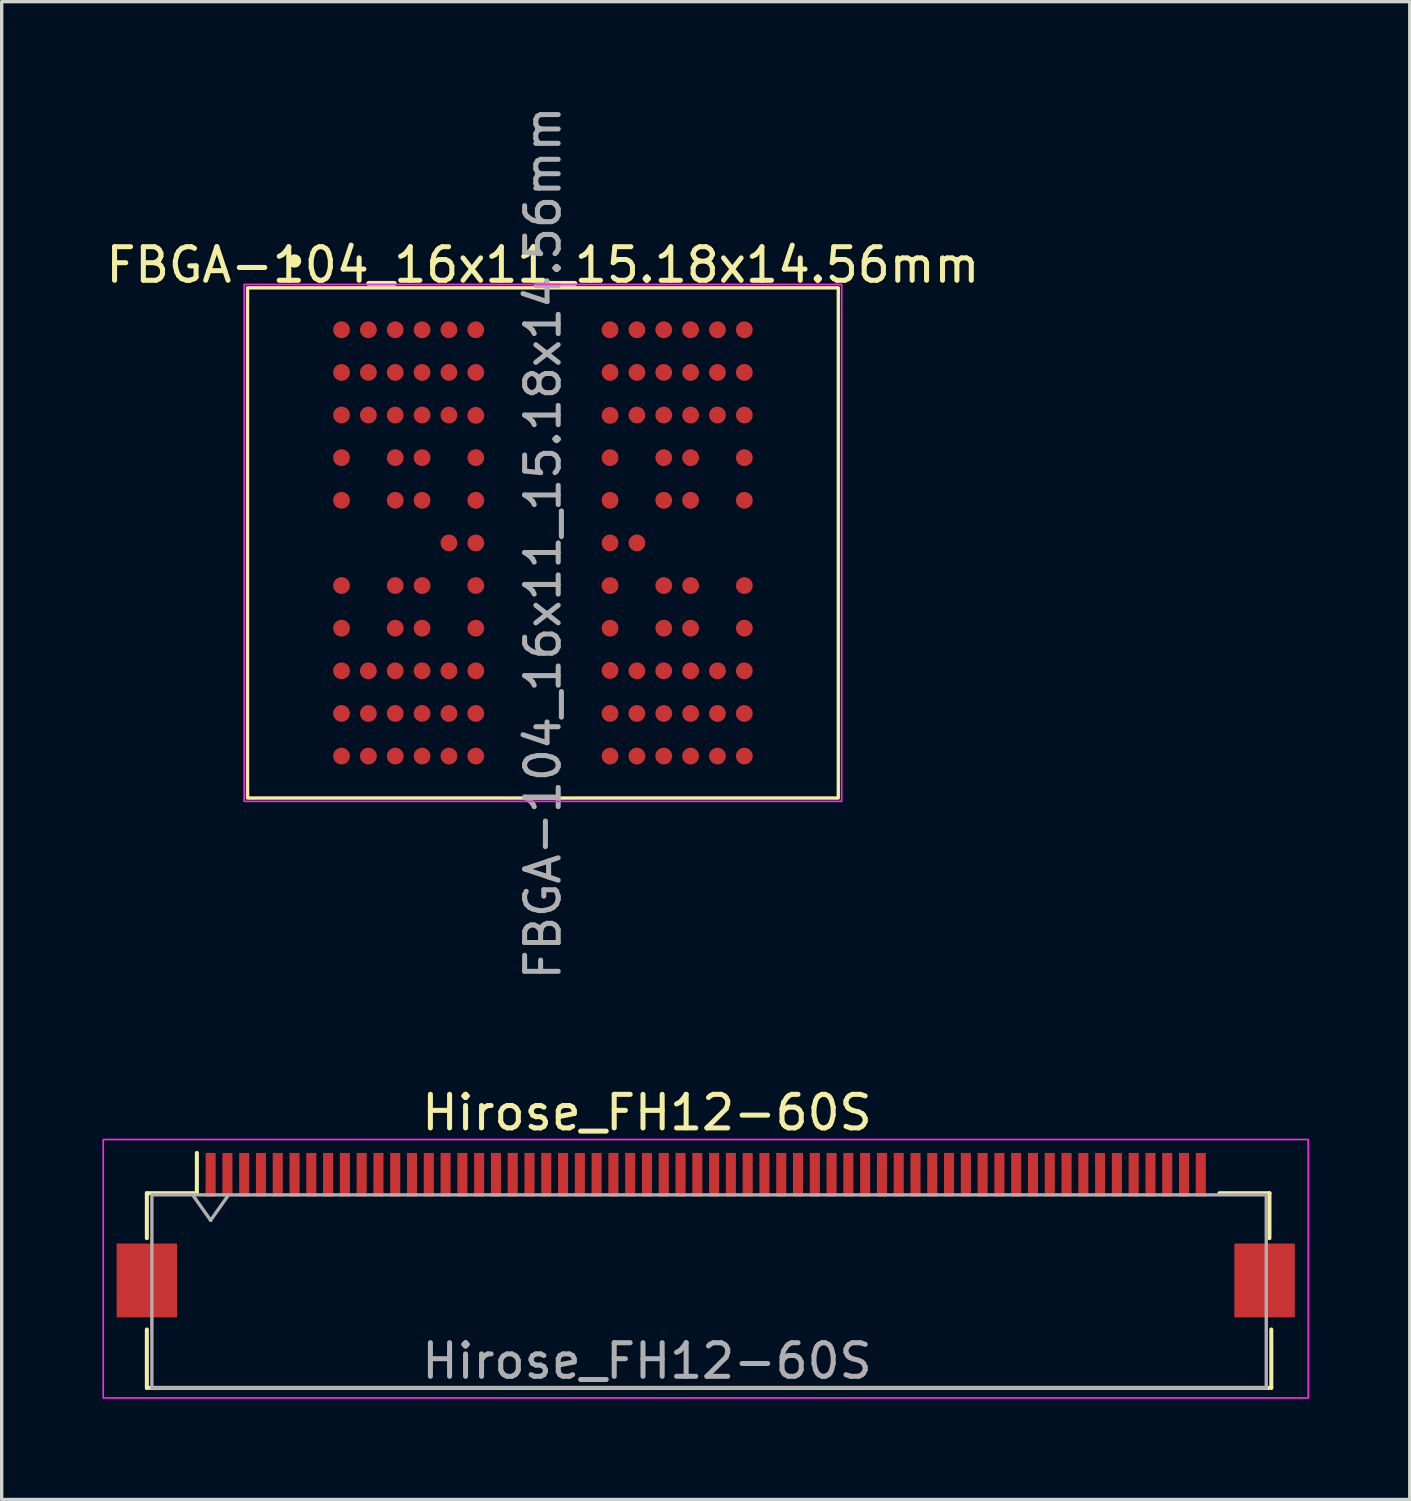
<source format=kicad_pcb>
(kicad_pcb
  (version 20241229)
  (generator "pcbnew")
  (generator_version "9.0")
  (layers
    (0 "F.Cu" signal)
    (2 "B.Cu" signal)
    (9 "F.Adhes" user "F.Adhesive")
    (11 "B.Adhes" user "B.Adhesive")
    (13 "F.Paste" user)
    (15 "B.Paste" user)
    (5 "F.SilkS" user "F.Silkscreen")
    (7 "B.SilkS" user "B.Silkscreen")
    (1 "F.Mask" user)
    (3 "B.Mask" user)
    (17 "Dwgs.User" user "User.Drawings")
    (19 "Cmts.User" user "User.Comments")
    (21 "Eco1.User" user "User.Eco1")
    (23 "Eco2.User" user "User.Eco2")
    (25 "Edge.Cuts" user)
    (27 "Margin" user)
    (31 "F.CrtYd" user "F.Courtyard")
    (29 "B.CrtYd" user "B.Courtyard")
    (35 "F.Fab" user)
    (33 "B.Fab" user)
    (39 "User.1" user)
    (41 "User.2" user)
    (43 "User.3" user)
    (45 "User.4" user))
  (footprint "Hirose_FH12-60S"
    (layer "F.Cu")
    (at 16.225 33.798)
    (property "Reference" "Hirose_FH12-60S" (at 0 -3.7 0) (layer "F.SilkS") (effects (font (size 1 1) (thickness 0.15))))
    (attr smd)
    (fp_line (start -14.9 -1.3) (end -14.9 0.04) (stroke (width 0.12) (type solid)) (layer "F.SilkS"))
    (fp_line (start -14.9 2.76) (end -14.9 4.5) (stroke (width 0.12) (type solid)) (layer "F.SilkS"))
    (fp_line (start -14.9 4.5) (end 18.6 4.5) (stroke (width 0.12) (type solid)) (layer "F.SilkS"))
    (fp_line (start -13.41 -1.3) (end -14.9 -1.3) (stroke (width 0.12) (type solid)) (layer "F.SilkS"))
    (fp_line (start -13.41 -1.3) (end -13.41 -2.5) (stroke (width 0.12) (type solid)) (layer "F.SilkS"))
    (fp_line (start 17.055 -1.3) (end 18.545 -1.3) (stroke (width 0.12) (type solid)) (layer "F.SilkS"))
    (fp_line (start 18.545 -1.3) (end 18.545 0.04) (stroke (width 0.12) (type solid)) (layer "F.SilkS"))
    (fp_line (start 18.6 4.5) (end 18.6 2.76) (stroke (width 0.12) (type solid)) (layer "F.SilkS"))
    (fp_rect (start -16.2 -2.9) (end 19.7 4.8) (stroke (width 0.05) (type default)) (fill no) (layer "F.CrtYd"))
    (fp_line (start -13.5 -1.2) (end -13 -0.493) (stroke (width 0.1) (type solid)) (layer "F.Fab"))
    (fp_line (start -13 -0.493) (end -12.5 -1.2) (stroke (width 0.1) (type solid)) (layer "F.Fab"))
    (fp_rect (start -14.75 -1.25) (end 18.45 4.5) (stroke (width 0.1) (type default)) (fill no) (layer "F.Fab"))
    (fp_text user "${REFERENCE}" (at 0 3.7 0) (layer "F.Fab") (effects (font (size 1 1) (thickness 0.15))))
    (pad "1" smd rect (at -13 -1.85) (size 0.3 1.3) (layers "F.Cu" "F.Mask" "F.Paste"))
    (pad "2" smd rect (at -12.5 -1.85) (size 0.3 1.3) (layers "F.Cu" "F.Mask" "F.Paste"))
    (pad "3" smd rect (at -12 -1.85) (size 0.3 1.3) (layers "F.Cu" "F.Mask" "F.Paste"))
    (pad "4" smd rect (at -11.5 -1.85) (size 0.3 1.3) (layers "F.Cu" "F.Mask" "F.Paste"))
    (pad "5" smd rect (at -11 -1.85) (size 0.3 1.3) (layers "F.Cu" "F.Mask" "F.Paste"))
    (pad "6" smd rect (at -10.5 -1.85) (size 0.3 1.3) (layers "F.Cu" "F.Mask" "F.Paste"))
    (pad "7" smd rect (at -10 -1.85) (size 0.3 1.3) (layers "F.Cu" "F.Mask" "F.Paste"))
    (pad "8" smd rect (at -9.5 -1.85) (size 0.3 1.3) (layers "F.Cu" "F.Mask" "F.Paste"))
    (pad "9" smd rect (at -9 -1.85) (size 0.3 1.3) (layers "F.Cu" "F.Mask" "F.Paste"))
    (pad "10" smd rect (at -8.5 -1.85) (size 0.3 1.3) (layers "F.Cu" "F.Mask" "F.Paste"))
    (pad "11" smd rect (at -8 -1.85) (size 0.3 1.3) (layers "F.Cu" "F.Mask" "F.Paste"))
    (pad "12" smd rect (at -7.5 -1.85) (size 0.3 1.3) (layers "F.Cu" "F.Mask" "F.Paste"))
    (pad "13" smd rect (at -7 -1.85) (size 0.3 1.3) (layers "F.Cu" "F.Mask" "F.Paste"))
    (pad "14" smd rect (at -6.5 -1.85) (size 0.3 1.3) (layers "F.Cu" "F.Mask" "F.Paste"))
    (pad "15" smd rect (at -6 -1.85) (size 0.3 1.3) (layers "F.Cu" "F.Mask" "F.Paste"))
    (pad "16" smd rect (at -5.5 -1.85) (size 0.3 1.3) (layers "F.Cu" "F.Mask" "F.Paste"))
    (pad "17" smd rect (at -5 -1.85) (size 0.3 1.3) (layers "F.Cu" "F.Mask" "F.Paste"))
    (pad "18" smd rect (at -4.5 -1.85) (size 0.3 1.3) (layers "F.Cu" "F.Mask" "F.Paste"))
    (pad "19" smd rect (at -4 -1.85) (size 0.3 1.3) (layers "F.Cu" "F.Mask" "F.Paste"))
    (pad "20" smd rect (at -3.5 -1.85) (size 0.3 1.3) (layers "F.Cu" "F.Mask" "F.Paste"))
    (pad "21" smd rect (at -3 -1.85) (size 0.3 1.3) (layers "F.Cu" "F.Mask" "F.Paste"))
    (pad "22" smd rect (at -2.5 -1.85) (size 0.3 1.3) (layers "F.Cu" "F.Mask" "F.Paste"))
    (pad "23" smd rect (at -2 -1.85) (size 0.3 1.3) (layers "F.Cu" "F.Mask" "F.Paste"))
    (pad "24" smd rect (at -1.5 -1.85) (size 0.3 1.3) (layers "F.Cu" "F.Mask" "F.Paste"))
    (pad "25" smd rect (at -1 -1.85) (size 0.3 1.3) (layers "F.Cu" "F.Mask" "F.Paste"))
    (pad "26" smd rect (at -0.5 -1.85) (size 0.3 1.3) (layers "F.Cu" "F.Mask" "F.Paste"))
    (pad "27" smd rect (at 0 -1.85) (size 0.3 1.3) (layers "F.Cu" "F.Mask" "F.Paste"))
    (pad "28" smd rect (at 0.5 -1.85) (size 0.3 1.3) (layers "F.Cu" "F.Mask" "F.Paste"))
    (pad "29" smd rect (at 1 -1.85) (size 0.3 1.3) (layers "F.Cu" "F.Mask" "F.Paste"))
    (pad "30" smd rect (at 1.5 -1.85) (size 0.3 1.3) (layers "F.Cu" "F.Mask" "F.Paste"))
    (pad "31" smd rect (at 2 -1.85) (size 0.3 1.3) (layers "F.Cu" "F.Mask" "F.Paste"))
    (pad "32" smd rect (at 2.5 -1.85) (size 0.3 1.3) (layers "F.Cu" "F.Mask" "F.Paste"))
    (pad "33" smd rect (at 3 -1.85) (size 0.3 1.3) (layers "F.Cu" "F.Mask" "F.Paste"))
    (pad "34" smd rect (at 3.5 -1.85) (size 0.3 1.3) (layers "F.Cu" "F.Mask" "F.Paste"))
    (pad "35" smd rect (at 4 -1.85) (size 0.3 1.3) (layers "F.Cu" "F.Mask" "F.Paste"))
    (pad "36" smd rect (at 4.5 -1.85) (size 0.3 1.3) (layers "F.Cu" "F.Mask" "F.Paste"))
    (pad "37" smd rect (at 5 -1.85) (size 0.3 1.3) (layers "F.Cu" "F.Mask" "F.Paste"))
    (pad "38" smd rect (at 5.5 -1.85) (size 0.3 1.3) (layers "F.Cu" "F.Mask" "F.Paste"))
    (pad "39" smd rect (at 6 -1.85) (size 0.3 1.3) (layers "F.Cu" "F.Mask" "F.Paste"))
    (pad "40" smd rect (at 6.5 -1.85) (size 0.3 1.3) (layers "F.Cu" "F.Mask" "F.Paste"))
    (pad "41" smd rect (at 7 -1.85) (size 0.3 1.3) (layers "F.Cu" "F.Mask" "F.Paste"))
    (pad "42" smd rect (at 7.5 -1.85) (size 0.3 1.3) (layers "F.Cu" "F.Mask" "F.Paste"))
    (pad "43" smd rect (at 8 -1.85) (size 0.3 1.3) (layers "F.Cu" "F.Mask" "F.Paste"))
    (pad "44" smd rect (at 8.5 -1.85) (size 0.3 1.3) (layers "F.Cu" "F.Mask" "F.Paste"))
    (pad "45" smd rect (at 9 -1.85) (size 0.3 1.3) (layers "F.Cu" "F.Mask" "F.Paste"))
    (pad "46" smd rect (at 9.5 -1.85) (size 0.3 1.3) (layers "F.Cu" "F.Mask" "F.Paste"))
    (pad "47" smd rect (at 10 -1.85) (size 0.3 1.3) (layers "F.Cu" "F.Mask" "F.Paste"))
    (pad "48" smd rect (at 10.5 -1.85) (size 0.3 1.3) (layers "F.Cu" "F.Mask" "F.Paste"))
    (pad "49" smd rect (at 11 -1.85) (size 0.3 1.3) (layers "F.Cu" "F.Mask" "F.Paste"))
    (pad "50" smd rect (at 11.5 -1.85) (size 0.3 1.3) (layers "F.Cu" "F.Mask" "F.Paste"))
    (pad "51" smd rect (at 12 -1.85) (size 0.3 1.3) (layers "F.Cu" "F.Mask" "F.Paste"))
    (pad "52" smd rect (at 12.5 -1.85) (size 0.3 1.3) (layers "F.Cu" "F.Mask" "F.Paste"))
    (pad "53" smd rect (at 13 -1.85) (size 0.3 1.3) (layers "F.Cu" "F.Mask" "F.Paste"))
    (pad "54" smd rect (at 13.5 -1.85) (size 0.3 1.3) (layers "F.Cu" "F.Mask" "F.Paste"))
    (pad "55" smd rect (at 14 -1.85) (size 0.3 1.3) (layers "F.Cu" "F.Mask" "F.Paste"))
    (pad "56" smd rect (at 14.5 -1.85) (size 0.3 1.3) (layers "F.Cu" "F.Mask" "F.Paste"))
    (pad "57" smd rect (at 15 -1.85) (size 0.3 1.3) (layers "F.Cu" "F.Mask" "F.Paste"))
    (pad "58" smd rect (at 15.5 -1.85) (size 0.3 1.3) (layers "F.Cu" "F.Mask" "F.Paste"))
    (pad "59" smd rect (at 16 -1.85) (size 0.3 1.3) (layers "F.Cu" "F.Mask" "F.Paste"))
    (pad "60" smd rect (at 16.5 -1.85) (size 0.3 1.3) (layers "F.Cu" "F.Mask" "F.Paste"))
    (pad "MP" smd rect (at -14.9 1.3) (size 1.8 2.2) (layers "F.Cu" "F.Mask" "F.Paste"))
    (pad "MP" smd rect (at 18.4 1.3) (size 1.8 2.2) (layers "F.Cu" "F.Mask" "F.Paste")))
  (footprint "FBGA-104_16x11_15.18x14.56mm"
    (layer "F.Cu")
    (at 13.125 13.125)
    (property "Reference" "FBGA-104_16x11_15.18x14.56mm" (at 0 -8.28 0) (layer "F.SilkS") (effects (font (size 1 1) (thickness 0.15))))
    (attr smd)
    (fp_rect (start -8.8 -7.6) (end 8.8 7.6) (stroke (width 0.1) (type default)) (fill no) (layer "F.SilkS"))
    (fp_circle (center -7.4 -8.4) (end -7.4 -8.3) (stroke (width 0.2) (type default)) (fill no) (layer "F.SilkS"))
    (fp_rect (start -8.9 -7.7) (end 8.9 7.7) (stroke (width 0.05) (type default)) (fill no) (layer "F.CrtYd"))
    (fp_text user "${REFERENCE}" (at 0 0 90) (layer "F.Fab") (effects (font (size 1 1) (thickness 0.15))))
    (pad "A1" smd circle (at -6 -6.35) (size 0.5 0.5) (layers "F.Cu" "F.Mask" "F.Paste"))
    (pad "A2" smd circle (at -5.2 -6.35) (size 0.5 0.5) (layers "F.Cu" "F.Mask" "F.Paste"))
    (pad "A3" smd circle (at -4.4 -6.35) (size 0.5 0.5) (layers "F.Cu" "F.Mask" "F.Paste"))
    (pad "A4" smd circle (at -3.6 -6.35) (size 0.5 0.5) (layers "F.Cu" "F.Mask" "F.Paste"))
    (pad "A5" smd circle (at -2.8 -6.35) (size 0.5 0.5) (layers "F.Cu" "F.Mask" "F.Paste"))
    (pad "A6" smd circle (at -2 -6.35) (size 0.5 0.5) (layers "F.Cu" "F.Mask" "F.Paste"))
    (pad "A11" smd circle (at 2 -6.35) (size 0.5 0.5) (layers "F.Cu" "F.Mask" "F.Paste"))
    (pad "A12" smd circle (at 2.8 -6.35) (size 0.5 0.5) (layers "F.Cu" "F.Mask" "F.Paste"))
    (pad "A13" smd circle (at 3.6 -6.35) (size 0.5 0.5) (layers "F.Cu" "F.Mask" "F.Paste"))
    (pad "A14" smd circle (at 4.4 -6.35) (size 0.5 0.5) (layers "F.Cu" "F.Mask" "F.Paste"))
    (pad "A15" smd circle (at 5.2 -6.35) (size 0.5 0.5) (layers "F.Cu" "F.Mask" "F.Paste"))
    (pad "A16" smd circle (at 6 -6.35) (size 0.5 0.5) (layers "F.Cu" "F.Mask" "F.Paste"))
    (pad "B1" smd circle (at -6 -5.08) (size 0.5 0.5) (layers "F.Cu" "F.Mask" "F.Paste"))
    (pad "B2" smd circle (at -5.2 -5.08) (size 0.5 0.5) (layers "F.Cu" "F.Mask" "F.Paste"))
    (pad "B3" smd circle (at -4.4 -5.08) (size 0.5 0.5) (layers "F.Cu" "F.Mask" "F.Paste"))
    (pad "B4" smd circle (at -3.6 -5.08) (size 0.5 0.5) (layers "F.Cu" "F.Mask" "F.Paste"))
    (pad "B5" smd circle (at -2.8 -5.08) (size 0.5 0.5) (layers "F.Cu" "F.Mask" "F.Paste"))
    (pad "B6" smd circle (at -2 -5.08) (size 0.5 0.5) (layers "F.Cu" "F.Mask" "F.Paste"))
    (pad "B11" smd circle (at 2 -5.08) (size 0.5 0.5) (layers "F.Cu" "F.Mask" "F.Paste"))
    (pad "B12" smd circle (at 2.8 -5.08) (size 0.5 0.5) (layers "F.Cu" "F.Mask" "F.Paste"))
    (pad "B13" smd circle (at 3.6 -5.08) (size 0.5 0.5) (layers "F.Cu" "F.Mask" "F.Paste"))
    (pad "B14" smd circle (at 4.4 -5.08) (size 0.5 0.5) (layers "F.Cu" "F.Mask" "F.Paste"))
    (pad "B15" smd circle (at 5.2 -5.08) (size 0.5 0.5) (layers "F.Cu" "F.Mask" "F.Paste"))
    (pad "B16" smd circle (at 6 -5.08) (size 0.5 0.5) (layers "F.Cu" "F.Mask" "F.Paste"))
    (pad "C1" smd circle (at -6 -3.81) (size 0.5 0.5) (layers "F.Cu" "F.Mask" "F.Paste"))
    (pad "C2" smd circle (at -5.2 -3.81) (size 0.5 0.5) (layers "F.Cu" "F.Mask" "F.Paste"))
    (pad "C3" smd circle (at -4.4 -3.81) (size 0.5 0.5) (layers "F.Cu" "F.Mask" "F.Paste"))
    (pad "C4" smd circle (at -3.6 -3.81) (size 0.5 0.5) (layers "F.Cu" "F.Mask" "F.Paste"))
    (pad "C5" smd circle (at -2.8 -3.81) (size 0.5 0.5) (layers "F.Cu" "F.Mask" "F.Paste"))
    (pad "C6" smd circle (at -2 -3.8) (size 0.5 0.5) (layers "F.Cu" "F.Mask" "F.Paste"))
    (pad "C11" smd circle (at 2 -3.8) (size 0.5 0.5) (layers "F.Cu" "F.Mask" "F.Paste"))
    (pad "C12" smd circle (at 2.8 -3.81) (size 0.5 0.5) (layers "F.Cu" "F.Mask" "F.Paste"))
    (pad "C13" smd circle (at 3.6 -3.81) (size 0.5 0.5) (layers "F.Cu" "F.Mask" "F.Paste"))
    (pad "C14" smd circle (at 4.4 -3.81) (size 0.5 0.5) (layers "F.Cu" "F.Mask" "F.Paste"))
    (pad "C15" smd circle (at 5.2 -3.81) (size 0.5 0.5) (layers "F.Cu" "F.Mask" "F.Paste"))
    (pad "C16" smd circle (at 6 -3.81) (size 0.5 0.5) (layers "F.Cu" "F.Mask" "F.Paste"))
    (pad "D1" smd circle (at -6 -2.54) (size 0.5 0.5) (layers "F.Cu" "F.Mask" "F.Paste"))
    (pad "D3" smd circle (at -4.4 -2.54) (size 0.5 0.5) (layers "F.Cu" "F.Mask" "F.Paste"))
    (pad "D4" smd circle (at -3.6 -2.54) (size 0.5 0.5) (layers "F.Cu" "F.Mask" "F.Paste"))
    (pad "D6" smd circle (at -2 -2.54) (size 0.5 0.5) (layers "F.Cu" "F.Mask" "F.Paste"))
    (pad "D11" smd circle (at 2 -2.54) (size 0.5 0.5) (layers "F.Cu" "F.Mask" "F.Paste"))
    (pad "D13" smd circle (at 3.6 -2.54) (size 0.5 0.5) (layers "F.Cu" "F.Mask" "F.Paste"))
    (pad "D14" smd circle (at 4.4 -2.54) (size 0.5 0.5) (layers "F.Cu" "F.Mask" "F.Paste"))
    (pad "D16" smd circle (at 6 -2.54) (size 0.5 0.5) (layers "F.Cu" "F.Mask" "F.Paste"))
    (pad "E1" smd circle (at -6 -1.27) (size 0.5 0.5) (layers "F.Cu" "F.Mask" "F.Paste"))
    (pad "E3" smd circle (at -4.4 -1.27) (size 0.5 0.5) (layers "F.Cu" "F.Mask" "F.Paste"))
    (pad "E4" smd circle (at -3.6 -1.27) (size 0.5 0.5) (layers "F.Cu" "F.Mask" "F.Paste"))
    (pad "E6" smd circle (at -2 -1.27) (size 0.5 0.5) (layers "F.Cu" "F.Mask" "F.Paste"))
    (pad "E11" smd circle (at 2 -1.27) (size 0.5 0.5) (layers "F.Cu" "F.Mask" "F.Paste"))
    (pad "E13" smd circle (at 3.6 -1.27) (size 0.5 0.5) (layers "F.Cu" "F.Mask" "F.Paste"))
    (pad "E14" smd circle (at 4.4 -1.27) (size 0.5 0.5) (layers "F.Cu" "F.Mask" "F.Paste"))
    (pad "E16" smd circle (at 6 -1.27) (size 0.5 0.5) (layers "F.Cu" "F.Mask" "F.Paste"))
    (pad "F5" smd circle (at -2.8 0) (size 0.5 0.5) (layers "F.Cu" "F.Mask" "F.Paste"))
    (pad "F6" smd circle (at -2 0) (size 0.5 0.5) (layers "F.Cu" "F.Mask" "F.Paste"))
    (pad "F11" smd circle (at 2 0) (size 0.5 0.5) (layers "F.Cu" "F.Mask" "F.Paste"))
    (pad "F12" smd circle (at 2.8 0) (size 0.5 0.5) (layers "F.Cu" "F.Mask" "F.Paste"))
    (pad "G1" smd circle (at -6 1.27) (size 0.5 0.5) (layers "F.Cu" "F.Mask" "F.Paste"))
    (pad "G3" smd circle (at -4.4 1.27) (size 0.5 0.5) (layers "F.Cu" "F.Mask" "F.Paste"))
    (pad "G4" smd circle (at -3.6 1.27) (size 0.5 0.5) (layers "F.Cu" "F.Mask" "F.Paste"))
    (pad "G6" smd circle (at -2 1.27) (size 0.5 0.5) (layers "F.Cu" "F.Mask" "F.Paste"))
    (pad "G11" smd circle (at 2 1.27) (size 0.5 0.5) (layers "F.Cu" "F.Mask" "F.Paste"))
    (pad "G13" smd circle (at 3.6 1.27) (size 0.5 0.5) (layers "F.Cu" "F.Mask" "F.Paste"))
    (pad "G14" smd circle (at 4.4 1.27) (size 0.5 0.5) (layers "F.Cu" "F.Mask" "F.Paste"))
    (pad "G16" smd circle (at 6 1.27) (size 0.5 0.5) (layers "F.Cu" "F.Mask" "F.Paste"))
    (pad "H1" smd circle (at -6 2.54) (size 0.5 0.5) (layers "F.Cu" "F.Mask" "F.Paste"))
    (pad "H3" smd circle (at -4.4 2.54) (size 0.5 0.5) (layers "F.Cu" "F.Mask" "F.Paste"))
    (pad "H4" smd circle (at -3.6 2.54) (size 0.5 0.5) (layers "F.Cu" "F.Mask" "F.Paste"))
    (pad "H6" smd circle (at -2 2.54) (size 0.5 0.5) (layers "F.Cu" "F.Mask" "F.Paste"))
    (pad "H11" smd circle (at 2 2.54) (size 0.5 0.5) (layers "F.Cu" "F.Mask" "F.Paste"))
    (pad "H13" smd circle (at 3.6 2.54) (size 0.5 0.5) (layers "F.Cu" "F.Mask" "F.Paste"))
    (pad "H14" smd circle (at 4.4 2.54) (size 0.5 0.5) (layers "F.Cu" "F.Mask" "F.Paste"))
    (pad "H16" smd circle (at 6 2.54) (size 0.5 0.5) (layers "F.Cu" "F.Mask" "F.Paste"))
    (pad "J1" smd circle (at -6 3.81) (size 0.5 0.5) (layers "F.Cu" "F.Mask" "F.Paste"))
    (pad "J2" smd circle (at -5.2 3.81) (size 0.5 0.5) (layers "F.Cu" "F.Mask" "F.Paste"))
    (pad "J3" smd circle (at -4.4 3.81) (size 0.5 0.5) (layers "F.Cu" "F.Mask" "F.Paste"))
    (pad "J4" smd circle (at -3.6 3.81) (size 0.5 0.5) (layers "F.Cu" "F.Mask" "F.Paste"))
    (pad "J5" smd circle (at -2.8 3.81) (size 0.5 0.5) (layers "F.Cu" "F.Mask" "F.Paste"))
    (pad "J6" smd circle (at -2 3.81) (size 0.5 0.5) (layers "F.Cu" "F.Mask" "F.Paste"))
    (pad "J11" smd circle (at 2 3.8) (size 0.5 0.5) (layers "F.Cu" "F.Mask" "F.Paste"))
    (pad "J12" smd circle (at 2.8 3.81) (size 0.5 0.5) (layers "F.Cu" "F.Mask" "F.Paste"))
    (pad "J13" smd circle (at 3.6 3.81) (size 0.5 0.5) (layers "F.Cu" "F.Mask" "F.Paste"))
    (pad "J14" smd circle (at 4.4 3.81) (size 0.5 0.5) (layers "F.Cu" "F.Mask" "F.Paste"))
    (pad "J15" smd circle (at 5.2 3.81) (size 0.5 0.5) (layers "F.Cu" "F.Mask" "F.Paste"))
    (pad "J16" smd circle (at 6 3.81) (size 0.5 0.5) (layers "F.Cu" "F.Mask" "F.Paste"))
    (pad "K1" smd circle (at -6 5.08) (size 0.5 0.5) (layers "F.Cu" "F.Mask" "F.Paste"))
    (pad "K2" smd circle (at -5.2 5.08) (size 0.5 0.5) (layers "F.Cu" "F.Mask" "F.Paste"))
    (pad "K3" smd circle (at -4.4 5.08) (size 0.5 0.5) (layers "F.Cu" "F.Mask" "F.Paste"))
    (pad "K4" smd circle (at -3.6 5.08) (size 0.5 0.5) (layers "F.Cu" "F.Mask" "F.Paste"))
    (pad "K5" smd circle (at -2.8 5.08) (size 0.5 0.5) (layers "F.Cu" "F.Mask" "F.Paste"))
    (pad "K6" smd circle (at -2 5.08) (size 0.5 0.5) (layers "F.Cu" "F.Mask" "F.Paste"))
    (pad "K11" smd circle (at 2 5.08) (size 0.5 0.5) (layers "F.Cu" "F.Mask" "F.Paste"))
    (pad "K12" smd circle (at 2.8 5.08) (size 0.5 0.5) (layers "F.Cu" "F.Mask" "F.Paste"))
    (pad "K13" smd circle (at 3.6 5.08) (size 0.5 0.5) (layers "F.Cu" "F.Mask" "F.Paste"))
    (pad "K14" smd circle (at 4.4 5.08) (size 0.5 0.5) (layers "F.Cu" "F.Mask" "F.Paste"))
    (pad "K15" smd circle (at 5.2 5.08) (size 0.5 0.5) (layers "F.Cu" "F.Mask" "F.Paste"))
    (pad "K16" smd circle (at 6 5.08) (size 0.5 0.5) (layers "F.Cu" "F.Mask" "F.Paste"))
    (pad "L1" smd circle (at -6 6.35) (size 0.5 0.5) (layers "F.Cu" "F.Mask" "F.Paste"))
    (pad "L2" smd circle (at -5.2 6.35) (size 0.5 0.5) (layers "F.Cu" "F.Mask" "F.Paste"))
    (pad "L3" smd circle (at -4.4 6.35) (size 0.5 0.5) (layers "F.Cu" "F.Mask" "F.Paste"))
    (pad "L4" smd circle (at -3.6 6.35) (size 0.5 0.5) (layers "F.Cu" "F.Mask" "F.Paste"))
    (pad "L5" smd circle (at -2.8 6.35) (size 0.5 0.5) (layers "F.Cu" "F.Mask" "F.Paste"))
    (pad "L6" smd circle (at -2 6.35) (size 0.5 0.5) (layers "F.Cu" "F.Mask" "F.Paste"))
    (pad "L11" smd circle (at 2 6.35) (size 0.5 0.5) (layers "F.Cu" "F.Mask" "F.Paste"))
    (pad "L12" smd circle (at 2.8 6.35) (size 0.5 0.5) (layers "F.Cu" "F.Mask" "F.Paste"))
    (pad "L13" smd circle (at 3.6 6.35) (size 0.5 0.5) (layers "F.Cu" "F.Mask" "F.Paste"))
    (pad "L14" smd circle (at 4.4 6.35) (size 0.5 0.5) (layers "F.Cu" "F.Mask" "F.Paste"))
    (pad "L15" smd circle (at 5.2 6.35) (size 0.5 0.5) (layers "F.Cu" "F.Mask" "F.Paste"))
    (pad "L16" smd circle (at 6 6.35) (size 0.5 0.5) (layers "F.Cu" "F.Mask" "F.Paste")))
  (gr_rect
    (start -3 -3)
    (end 38.95 41.623)
    (stroke (width 0.1) (type default))
    (fill no)
    (layer "Edge.Cuts")))
</source>
